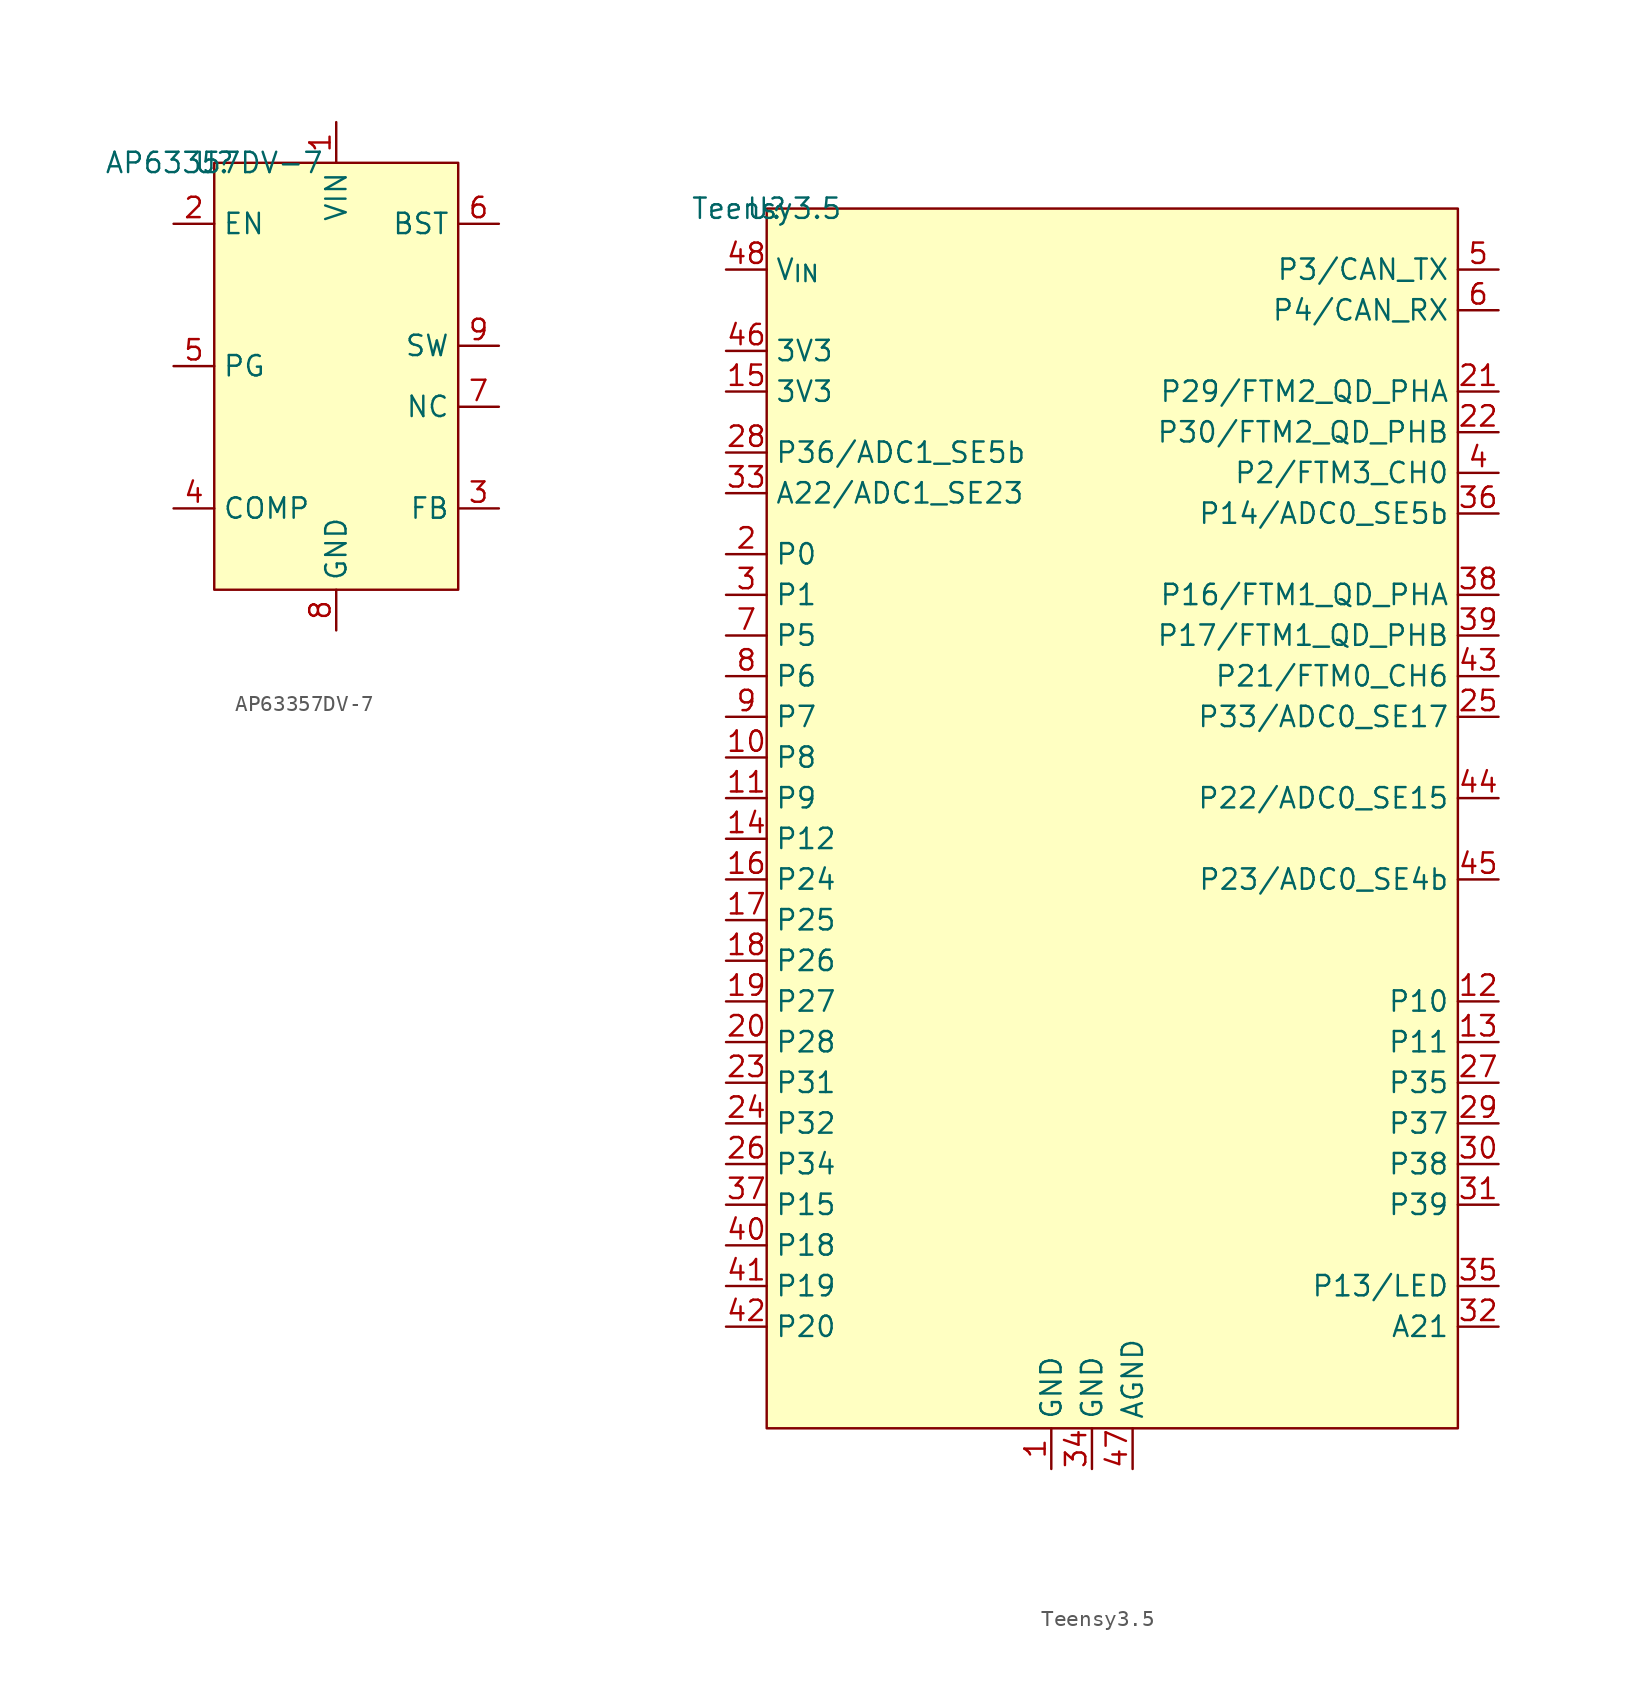
<source format=kicad_sym>
(kicad_symbol_lib
  (version 20211014)
  (generator kicad_symbol_editor)
  (symbol "AP63357DV-7"
    (property "Reference" "U"
      (at 0 0 0)
      (effects (font (size 1.27 1.27))))
    (property "Value" "AP63357DV-7"
      (at 0 0 0)
      (effects (font (size 1.27 1.27))))
    (symbol "AP63357DV-7_0_0"
      (pin input line (at -2.54 -3.81 0) (length 2.54) (name "EN" (effects (font (size 1.27 1.27)))) (number "2" (effects (font (size 1.27 1.27)))))
      (pin input line (at 17.78 -21.59 180) (length 2.54) (name "FB" (effects (font (size 1.27 1.27)))) (number "3" (effects (font (size 1.27 1.27)))))
      (pin passive line (at -2.54 -21.59 0) (length 2.54) (name "COMP" (effects (font (size 1.27 1.27)))) (number "4" (effects (font (size 1.27 1.27)))))
      (pin open_collector line (at -2.54 -12.7 0) (length 2.54) (name "PG" (effects (font (size 1.27 1.27)))) (number "5" (effects (font (size 1.27 1.27)))))
      (pin passive line (at 17.78 -3.81 180) (length 2.54) (name "BST" (effects (font (size 1.27 1.27)))) (number "6" (effects (font (size 1.27 1.27)))))
      (pin free line (at 17.78 -15.24 180) (length 2.54) (name "NC" (effects (font (size 1.27 1.27)))) (number "7" (effects (font (size 1.27 1.27)))))
      (pin passive line (at 7.62 -29.21 90) (length 2.54) (name "GND" (effects (font (size 1.27 1.27)))) (number "8" (effects (font (size 1.27 1.27)))))
      (pin power_out line (at 17.78 -11.43 180) (length 2.54) (name "SW" (effects (font (size 1.27 1.27)))) (number "9" (effects (font (size 1.27 1.27))))))
    (symbol "AP63357DV-7_0_1"
      (rectangle (start 0 0) (end 15.24 -26.67) (stroke (width 0) (type default) (color 0 0 0 0)) (fill (type background))))
    (symbol "AP63357DV-7_1_1"
      (pin power_in line (at 7.62 2.54 270) (length 2.54) (name "VIN" (effects (font (size 1.27 1.27)))) (number "1" (effects (font (size 1.27 1.27)))))))
  (symbol "Teensy3.5"
    (property "Reference" "U"
      (at 0 0 0)
      (effects (font (size 1.27 1.27))))
    (property "Value" "Teensy3.5"
      (at 0 0 0)
      (effects (font (size 1.27 1.27))))
    (symbol "Teensy3.5_0_0"
      (pin passive line (at 17.78 -78.74 90) (length 2.54) (name "GND" (effects (font (size 1.27 1.27)))) (number "1" (effects (font (size 1.27 1.27)))))
      (pin input line (at -2.54 -34.29 0) (length 2.54) (name "P8" (effects (font (size 1.27 1.27)))) (number "10" (effects (font (size 1.27 1.27)))))
      (pin input line (at -2.54 -36.83 0) (length 2.54) (name "P9" (effects (font (size 1.27 1.27)))) (number "11" (effects (font (size 1.27 1.27)))))
      (pin output line (at 45.72 -49.53 180) (length 2.54) (name "P10" (effects (font (size 1.27 1.27)))) (number "12" (effects (font (size 1.27 1.27)))))
      (pin output line (at 45.72 -52.07 180) (length 2.54) (name "P11" (effects (font (size 1.27 1.27)))) (number "13" (effects (font (size 1.27 1.27)))))
      (pin input line (at -2.54 -39.37 0) (length 2.54) (name "P12" (effects (font (size 1.27 1.27)))) (number "14" (effects (font (size 1.27 1.27)))))
      (pin passive line (at -2.54 -11.43 0) (length 2.54) (name "3V3" (effects (font (size 1.27 1.27)))) (number "15" (effects (font (size 1.27 1.27)))))
      (pin input line (at -2.54 -41.91 0) (length 2.54) (name "P24" (effects (font (size 1.27 1.27)))) (number "16" (effects (font (size 1.27 1.27)))))
      (pin input line (at -2.54 -44.45 0) (length 2.54) (name "P25" (effects (font (size 1.27 1.27)))) (number "17" (effects (font (size 1.27 1.27)))))
      (pin input line (at -2.54 -46.99 0) (length 2.54) (name "P26" (effects (font (size 1.27 1.27)))) (number "18" (effects (font (size 1.27 1.27)))))
      (pin input line (at -2.54 -49.53 0) (length 2.54) (name "P27" (effects (font (size 1.27 1.27)))) (number "19" (effects (font (size 1.27 1.27)))))
      (pin input line (at -2.54 -21.59 0) (length 2.54) (name "P0" (effects (font (size 1.27 1.27)))) (number "2" (effects (font (size 1.27 1.27)))))
      (pin input line (at -2.54 -52.07 0) (length 2.54) (name "P28" (effects (font (size 1.27 1.27)))) (number "20" (effects (font (size 1.27 1.27)))))
      (pin input line (at 45.72 -11.43 180) (length 2.54) (name "P29/FTM2_QD_PHA" (effects (font (size 1.27 1.27)))) (number "21" (effects (font (size 1.27 1.27)))))
      (pin input line (at 45.72 -13.97 180) (length 2.54) (name "P30/FTM2_QD_PHB" (effects (font (size 1.27 1.27)))) (number "22" (effects (font (size 1.27 1.27)))))
      (pin input line (at -2.54 -54.61 0) (length 2.54) (name "P31" (effects (font (size 1.27 1.27)))) (number "23" (effects (font (size 1.27 1.27)))))
      (pin input line (at -2.54 -57.15 0) (length 2.54) (name "P32" (effects (font (size 1.27 1.27)))) (number "24" (effects (font (size 1.27 1.27)))))
      (pin input line (at 45.72 -31.75 180) (length 2.54) (name "P33/ADC0_SE17" (effects (font (size 1.27 1.27)))) (number "25" (effects (font (size 1.27 1.27)))))
      (pin input line (at -2.54 -59.69 0) (length 2.54) (name "P34" (effects (font (size 1.27 1.27)))) (number "26" (effects (font (size 1.27 1.27)))))
      (pin output line (at 45.72 -54.61 180) (length 2.54) (name "P35" (effects (font (size 1.27 1.27)))) (number "27" (effects (font (size 1.27 1.27)))))
      (pin input line (at -2.54 -15.24 0) (length 2.54) (name "P36/ADC1_SE5b" (effects (font (size 1.27 1.27)))) (number "28" (effects (font (size 1.27 1.27)))))
      (pin output line (at 45.72 -57.15 180) (length 2.54) (name "P37" (effects (font (size 1.27 1.27)))) (number "29" (effects (font (size 1.27 1.27)))))
      (pin input line (at -2.54 -24.13 0) (length 2.54) (name "P1" (effects (font (size 1.27 1.27)))) (number "3" (effects (font (size 1.27 1.27)))))
      (pin output line (at 45.72 -59.69 180) (length 2.54) (name "P38" (effects (font (size 1.27 1.27)))) (number "30" (effects (font (size 1.27 1.27)))))
      (pin output line (at 45.72 -62.23 180) (length 2.54) (name "P39" (effects (font (size 1.27 1.27)))) (number "31" (effects (font (size 1.27 1.27)))))
      (pin bidirectional line (at 45.72 -69.85 180) (length 2.54) (name "A21" (effects (font (size 1.27 1.27)))) (number "32" (effects (font (size 1.27 1.27)))))
      (pin input line (at -2.54 -17.78 0) (length 2.54) (name "A22/ADC1_SE23" (effects (font (size 1.27 1.27)))) (number "33" (effects (font (size 1.27 1.27)))))
      (pin passive line (at 20.32 -78.74 90) (length 2.54) (name "GND" (effects (font (size 1.27 1.27)))) (number "34" (effects (font (size 1.27 1.27)))))
      (pin output line (at 45.72 -67.31 180) (length 2.54) (name "P13/LED" (effects (font (size 1.27 1.27)))) (number "35" (effects (font (size 1.27 1.27)))))
      (pin input line (at 45.72 -19.05 180) (length 2.54) (name "P14/ADC0_SE5b" (effects (font (size 1.27 1.27)))) (number "36" (effects (font (size 1.27 1.27)))))
      (pin input line (at -2.54 -62.23 0) (length 2.54) (name "P15" (effects (font (size 1.27 1.27)))) (number "37" (effects (font (size 1.27 1.27)))))
      (pin input line (at 45.72 -24.13 180) (length 2.54) (name "P16/FTM1_QD_PHA" (effects (font (size 1.27 1.27)))) (number "38" (effects (font (size 1.27 1.27)))))
      (pin input line (at 45.72 -26.67 180) (length 2.54) (name "P17/FTM1_QD_PHB" (effects (font (size 1.27 1.27)))) (number "39" (effects (font (size 1.27 1.27)))))
      (pin input line (at 45.72 -16.51 180) (length 2.54) (name "P2/FTM3_CH0" (effects (font (size 1.27 1.27)))) (number "4" (effects (font (size 1.27 1.27)))))
      (pin input line (at -2.54 -64.77 0) (length 2.54) (name "P18" (effects (font (size 1.27 1.27)))) (number "40" (effects (font (size 1.27 1.27)))))
      (pin input line (at -2.54 -67.31 0) (length 2.54) (name "P19" (effects (font (size 1.27 1.27)))) (number "41" (effects (font (size 1.27 1.27)))))
      (pin input line (at -2.54 -69.85 0) (length 2.54) (name "P20" (effects (font (size 1.27 1.27)))) (number "42" (effects (font (size 1.27 1.27)))))
      (pin input line (at 45.72 -29.21 180) (length 2.54) (name "P21/FTM0_CH6" (effects (font (size 1.27 1.27)))) (number "43" (effects (font (size 1.27 1.27)))))
      (pin input line (at 45.72 -36.83 180) (length 2.54) (name "P22/ADC0_SE15" (effects (font (size 1.27 1.27)))) (number "44" (effects (font (size 1.27 1.27)))))
      (pin input line (at 45.72 -41.91 180) (length 2.54) (name "P23/ADC0_SE4b" (effects (font (size 1.27 1.27)))) (number "45" (effects (font (size 1.27 1.27)))))
      (pin passive line (at -2.54 -8.89 0) (length 2.54) (name "3V3" (effects (font (size 1.27 1.27)))) (number "46" (effects (font (size 1.27 1.27)))))
      (pin passive line (at 22.86 -78.74 90) (length 2.54) (name "AGND" (effects (font (size 1.27 1.27)))) (number "47" (effects (font (size 1.27 1.27)))))
      (pin power_in line (at -2.54 -3.81 0) (length 2.54) (name "V_{IN}" (effects (font (size 1.27 1.27)))) (number "48" (effects (font (size 1.27 1.27)))))
      (pin output line (at 45.72 -3.81 180) (length 2.54) (name "P3/CAN_TX" (effects (font (size 1.27 1.27)))) (number "5" (effects (font (size 1.27 1.27)))))
      (pin input line (at 45.72 -6.35 180) (length 2.54) (name "P4/CAN_RX" (effects (font (size 1.27 1.27)))) (number "6" (effects (font (size 1.27 1.27)))))
      (pin input line (at -2.54 -26.67 0) (length 2.54) (name "P5" (effects (font (size 1.27 1.27)))) (number "7" (effects (font (size 1.27 1.27)))))
      (pin input line (at -2.54 -29.21 0) (length 2.54) (name "P6" (effects (font (size 1.27 1.27)))) (number "8" (effects (font (size 1.27 1.27)))))
      (pin input line (at -2.54 -31.75 0) (length 2.54) (name "P7" (effects (font (size 1.27 1.27)))) (number "9" (effects (font (size 1.27 1.27))))))
    (symbol "Teensy3.5_0_1"
      (rectangle (start 0 0) (end 43.18 -76.2) (stroke (width 0) (type default) (color 0 0 0 0)) (fill (type background))))))
</source>
